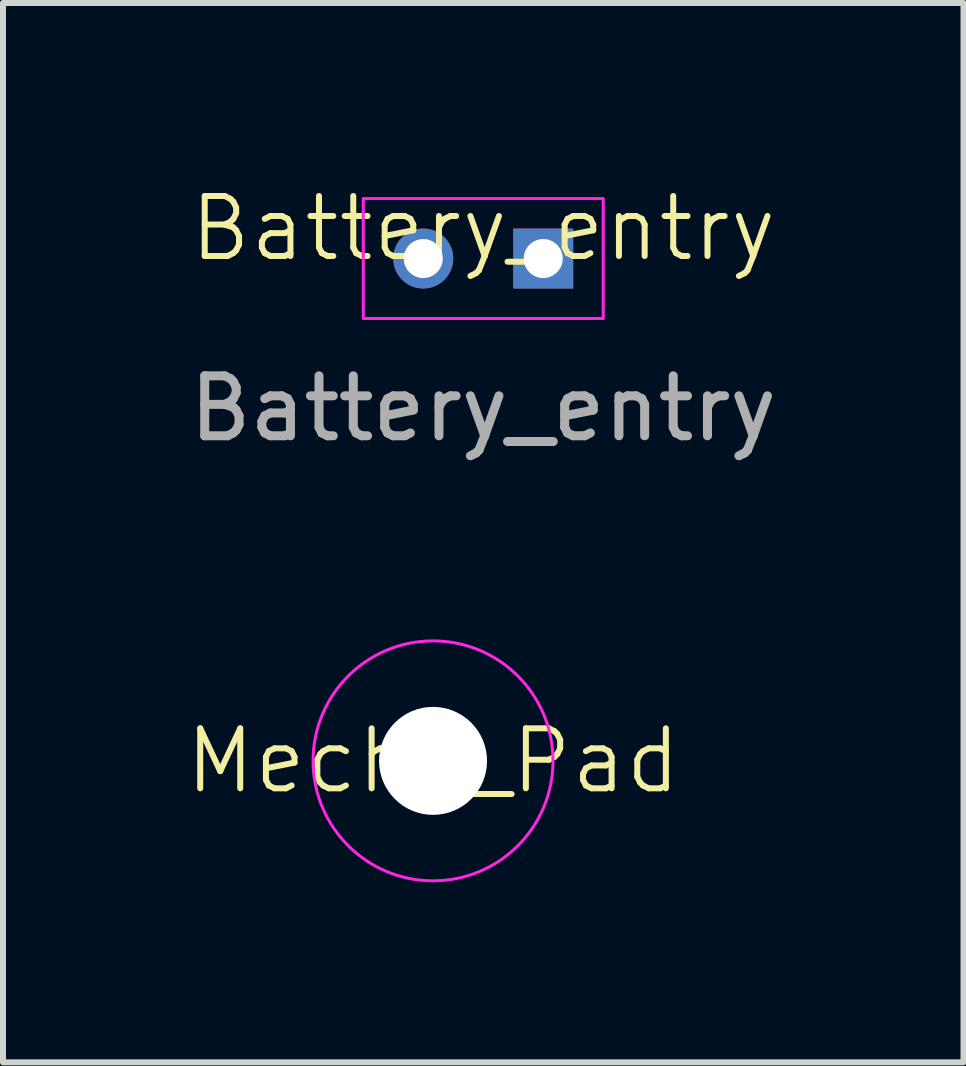
<source format=kicad_pcb>
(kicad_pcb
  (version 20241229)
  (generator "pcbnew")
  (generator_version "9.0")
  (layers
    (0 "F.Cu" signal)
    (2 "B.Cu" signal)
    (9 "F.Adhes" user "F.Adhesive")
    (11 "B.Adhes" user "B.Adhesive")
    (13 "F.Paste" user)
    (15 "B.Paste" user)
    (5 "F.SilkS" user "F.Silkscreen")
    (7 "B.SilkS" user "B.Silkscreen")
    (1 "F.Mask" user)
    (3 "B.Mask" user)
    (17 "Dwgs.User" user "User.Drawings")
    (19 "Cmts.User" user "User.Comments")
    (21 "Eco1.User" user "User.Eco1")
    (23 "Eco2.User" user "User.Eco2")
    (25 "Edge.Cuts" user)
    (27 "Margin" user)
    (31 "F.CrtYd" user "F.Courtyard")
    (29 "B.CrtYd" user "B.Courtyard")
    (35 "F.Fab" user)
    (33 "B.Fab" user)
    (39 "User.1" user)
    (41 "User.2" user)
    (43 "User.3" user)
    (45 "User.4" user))
  (footprint "Mecha_Pad"
    (layer "F.Cu")
    (at 4.169 9.634)
    (property "Reference" "Mecha_Pad" (at 0 0 0) (unlocked yes) (layer "F.SilkS") (effects (font (size 1 1) (thickness 0.1))))
    (fp_circle (center 0 0) (end 2 0) (stroke (width 0.05) (type default)) (fill no) (layer "F.CrtYd"))
    (pad "" np_thru_hole circle (at 0 0) (size 1.8 1.8) (drill 1.8) (layers "*.Cu" "*.Mask")))
  (footprint "Battery_entry"
    (layer "F.Cu")
    (at 5.006 1.26)
    (property "Reference" "Battery_entry" (at 0 -0.5 0) (unlocked yes) (layer "F.SilkS") (effects (font (size 1 1) (thickness 0.1))))
    (attr through_hole)
    (fp_rect (start -2 -1) (end 2 1) (stroke (width 0.05) (type default)) (fill no) (layer "F.CrtYd"))
    (fp_text user "${REFERENCE}" (at 0 2.5 0) (unlocked yes) (layer "F.Fab") (effects (font (size 1 1) (thickness 0.15))))
    (pad "1" thru_hole circle (at -1 0) (size 1 1) (drill 0.65) (layers "*.Cu" "*.Mask"))
    (pad "2" thru_hole rect (at 1 0) (size 1 1) (drill 0.65) (layers "*.Cu" "*.Mask")))
  (gr_rect
    (start -3 -3)
    (end 13.012 14.659)
    (stroke (width 0.1) (type default))
    (fill no)
    (layer "Edge.Cuts")))
</source>
